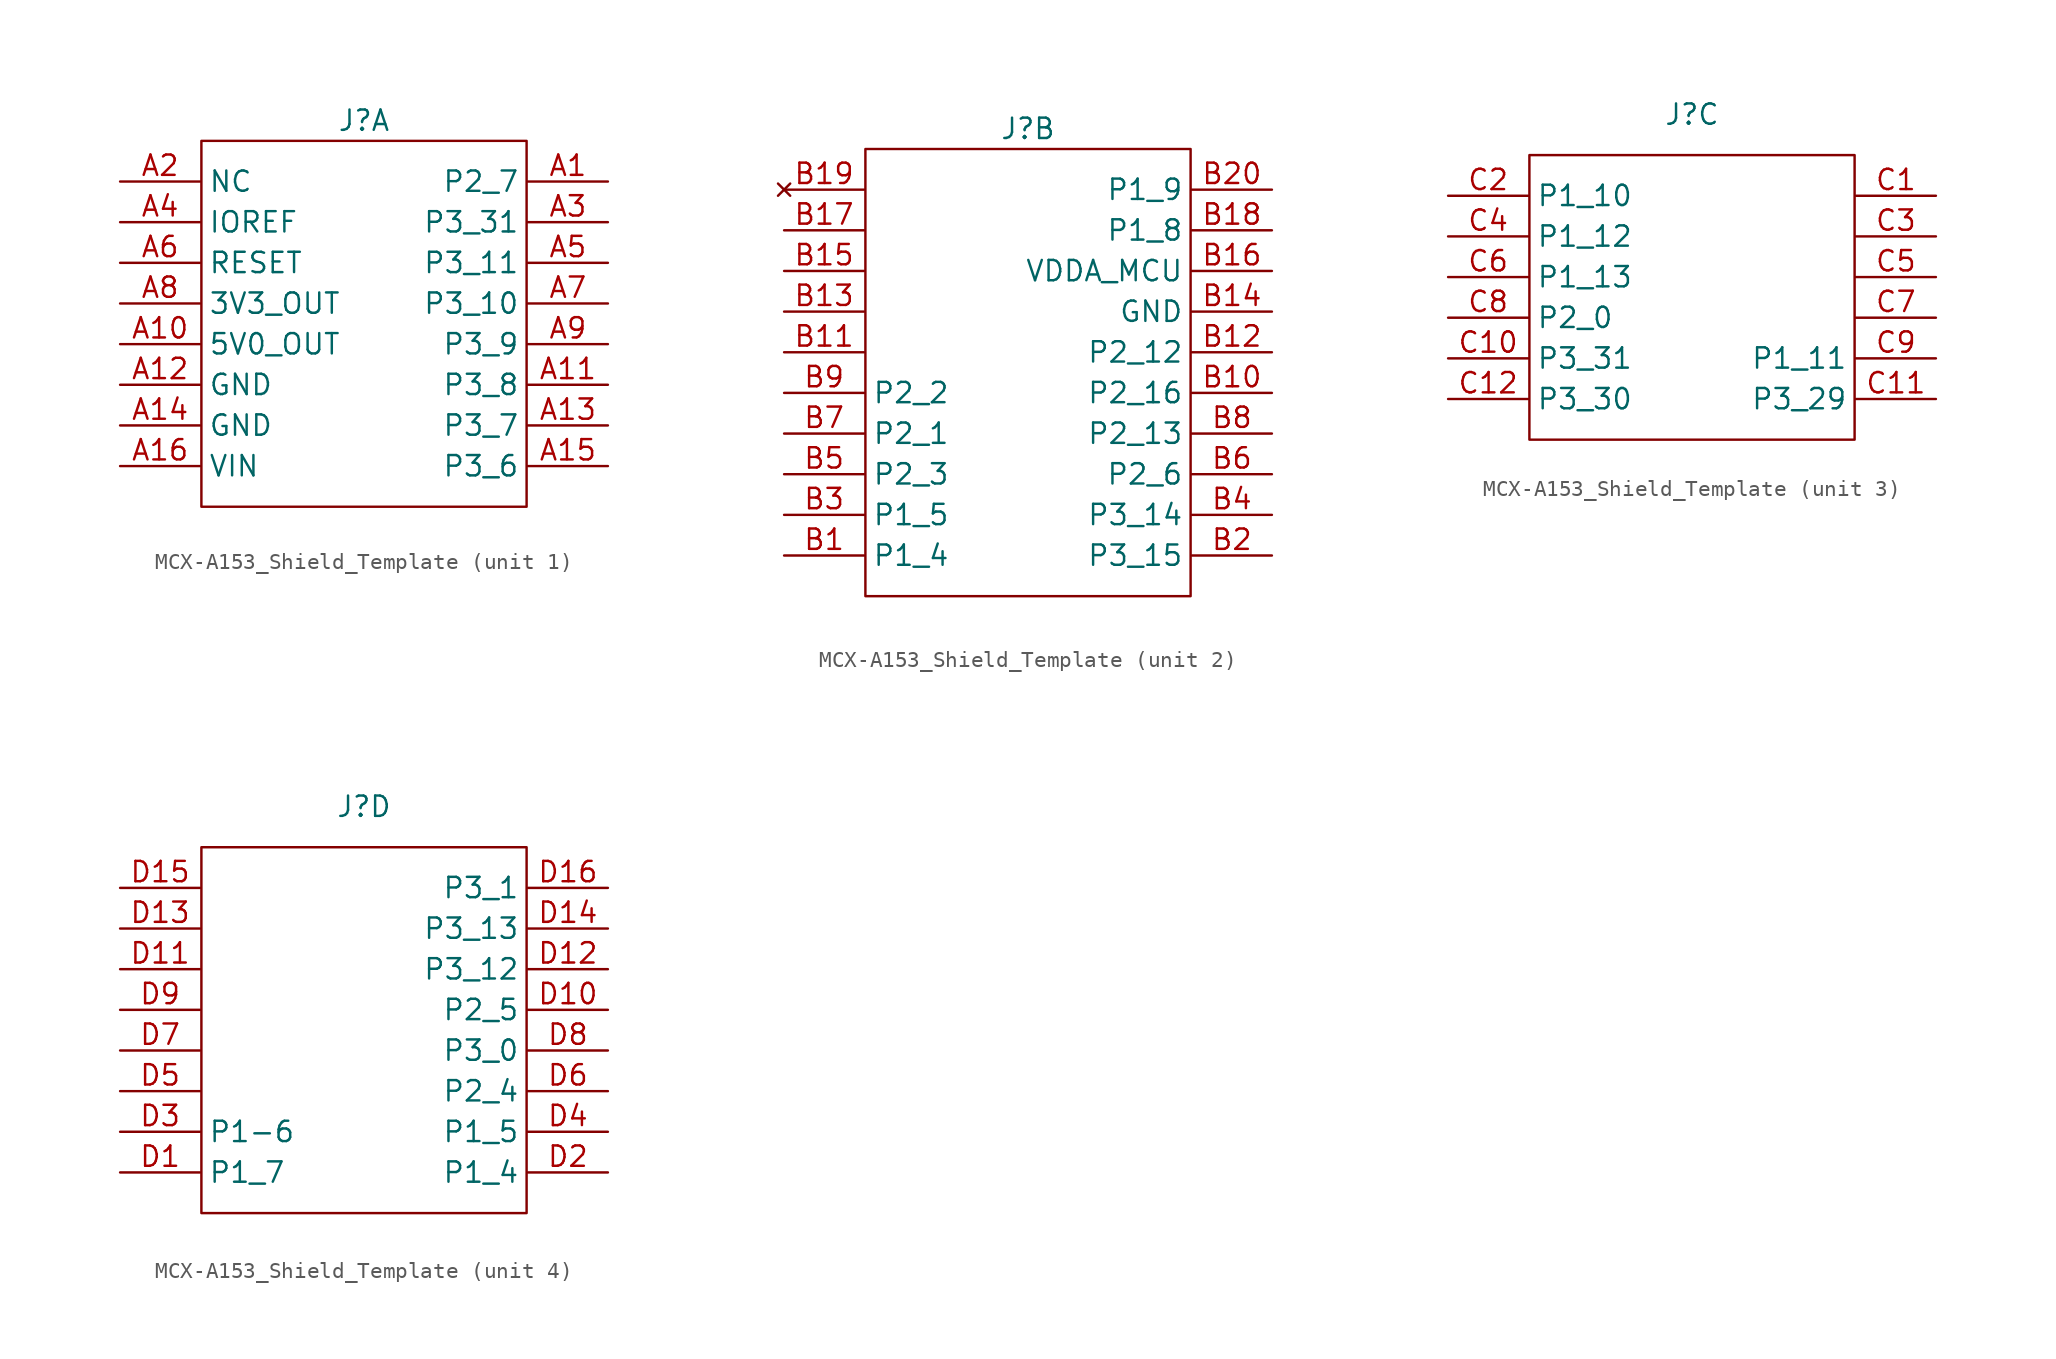
<source format=kicad_sym>
(kicad_symbol_lib
  (version 20220914)
  (generator kicad_symbol_editor)
  (symbol "MCX-A153_Shield_Template"
    (property "Reference" "J"
      (at 0 0 0)
      (effects (font (size 1.27 1.27))))
    (property "Value" ""
      (at 1.27 0 0)
      (effects (font (size 1.27 1.27))))
    (property "ki_locked" ""
      (at 0 0 0)
      (effects (font (size 1.27 1.27))))
    (symbol "MCX-A153_Shield_Template_1_1"
      (rectangle (start -10.16 -1.27) (end 10.16 -24.13) (stroke (width 0) (type default)) (fill (type none)))
      (pin bidirectional line (at 15.24 -3.81 180) (length 5) (name "P2_7" (effects (font (size 1.27 1.27)))) (number "A1" (effects (font (size 1.27 1.27)))))
      (pin power_out line (at -15.24 -13.97 0) (length 5) (name "5V0_OUT" (effects (font (size 1.27 1.27)))) (number "A10" (effects (font (size 1.27 1.27)))))
      (pin bidirectional line (at 15.24 -16.51 180) (length 5) (name "P3_8" (effects (font (size 1.27 1.27)))) (number "A11" (effects (font (size 1.27 1.27)))))
      (pin power_out line (at -15.24 -16.51 0) (length 5) (name "GND" (effects (font (size 1.27 1.27)))) (number "A12" (effects (font (size 1.27 1.27)))))
      (pin bidirectional line (at 15.24 -19.05 180) (length 5) (name "P3_7" (effects (font (size 1.27 1.27)))) (number "A13" (effects (font (size 1.27 1.27)))))
      (pin power_out line (at -15.24 -19.05 0) (length 5) (name "GND" (effects (font (size 1.27 1.27)))) (number "A14" (effects (font (size 1.27 1.27)))))
      (pin bidirectional line (at 15.24 -21.59 180) (length 5) (name "P3_6" (effects (font (size 1.27 1.27)))) (number "A15" (effects (font (size 1.27 1.27)))))
      (pin power_in line (at -15.24 -21.59 0) (length 5) (name "VIN" (effects (font (size 1.27 1.27)))) (number "A16" (effects (font (size 1.27 1.27)))))
      (pin bidirectional line (at -15.24 -3.81 0) (length 5) (name "NC" (effects (font (size 1.27 1.27)))) (number "A2" (effects (font (size 1.27 1.27)))))
      (pin bidirectional line (at 15.24 -6.35 180) (length 5) (name "P3_31" (effects (font (size 1.27 1.27)))) (number "A3" (effects (font (size 1.27 1.27)))))
      (pin power_in line (at -15.24 -6.35 0) (length 5) (name "IOREF" (effects (font (size 1.27 1.27)))) (number "A4" (effects (font (size 1.27 1.27)))))
      (pin bidirectional line (at 15.24 -8.89 180) (length 5) (name "P3_11" (effects (font (size 1.27 1.27)))) (number "A5" (effects (font (size 1.27 1.27)))))
      (pin input line (at -15.24 -8.89 0) (length 5) (name "RESET" (effects (font (size 1.27 1.27)))) (number "A6" (effects (font (size 1.27 1.27)))))
      (pin bidirectional line (at 15.24 -11.43 180) (length 5) (name "P3_10" (effects (font (size 1.27 1.27)))) (number "A7" (effects (font (size 1.27 1.27)))))
      (pin power_out line (at -15.24 -11.43 0) (length 5) (name "3V3_OUT" (effects (font (size 1.27 1.27)))) (number "A8" (effects (font (size 1.27 1.27)))))
      (pin bidirectional line (at 15.24 -13.97 180) (length 5) (name "P3_9" (effects (font (size 1.27 1.27)))) (number "A9" (effects (font (size 1.27 1.27))))))
    (symbol "MCX-A153_Shield_Template_2_1"
      (rectangle (start -10.16 -1.27) (end 10.16 -29.21) (stroke (width 0) (type default)) (fill (type none)))
      (pin bidirectional line (at -15.24 -26.67 0) (length 5) (name "P1_4" (effects (font (size 1.27 1.27)))) (number "B1" (effects (font (size 1.27 1.27)))))
      (pin bidirectional line (at 15.24 -16.51 180) (length 5) (name "P2_16" (effects (font (size 1.27 1.27)))) (number "B10" (effects (font (size 1.27 1.27)))))
      (pin bidirectional line (at -15.24 -13.97 0) (length 5) (name "" (effects (font (size 1.27 1.27)))) (number "B11" (effects (font (size 1.27 1.27)))))
      (pin bidirectional line (at 15.24 -13.97 180) (length 5) (name "P2_12" (effects (font (size 1.27 1.27)))) (number "B12" (effects (font (size 1.27 1.27)))))
      (pin bidirectional line (at -15.24 -11.43 0) (length 5) (name "" (effects (font (size 1.27 1.27)))) (number "B13" (effects (font (size 1.27 1.27)))))
      (pin power_out line (at 15.24 -11.43 180) (length 5) (name "GND" (effects (font (size 1.27 1.27)))) (number "B14" (effects (font (size 1.27 1.27)))))
      (pin bidirectional line (at -15.24 -8.89 0) (length 5) (name "" (effects (font (size 1.27 1.27)))) (number "B15" (effects (font (size 1.27 1.27)))))
      (pin power_out line (at 15.24 -8.89 180) (length 5) (name "VDDA_MCU" (effects (font (size 1.27 1.27)))) (number "B16" (effects (font (size 1.27 1.27)))))
      (pin bidirectional line (at -15.24 -6.35 0) (length 5) (name "" (effects (font (size 1.27 1.27)))) (number "B17" (effects (font (size 1.27 1.27)))))
      (pin bidirectional line (at 15.24 -6.35 180) (length 5) (name "P1_8" (effects (font (size 1.27 1.27)))) (number "B18" (effects (font (size 1.27 1.27)))))
      (pin no_connect line (at -15.24 -3.81 0) (length 5) (name "" (effects (font (size 1.27 1.27)))) (number "B19" (effects (font (size 1.27 1.27)))))
      (pin bidirectional line (at 15.24 -26.67 180) (length 5) (name "P3_15" (effects (font (size 1.27 1.27)))) (number "B2" (effects (font (size 1.27 1.27)))))
      (pin bidirectional line (at 15.24 -3.81 180) (length 5) (name "P1_9" (effects (font (size 1.27 1.27)))) (number "B20" (effects (font (size 1.27 1.27)))))
      (pin bidirectional line (at -15.24 -24.13 0) (length 5) (name "P1_5" (effects (font (size 1.27 1.27)))) (number "B3" (effects (font (size 1.27 1.27)))))
      (pin bidirectional line (at 15.24 -24.13 180) (length 5) (name "P3_14" (effects (font (size 1.27 1.27)))) (number "B4" (effects (font (size 1.27 1.27)))))
      (pin bidirectional line (at -15.24 -21.59 0) (length 5) (name "P2_3" (effects (font (size 1.27 1.27)))) (number "B5" (effects (font (size 1.27 1.27)))))
      (pin bidirectional line (at 15.24 -21.59 180) (length 5) (name "P2_6" (effects (font (size 1.27 1.27)))) (number "B6" (effects (font (size 1.27 1.27)))))
      (pin bidirectional line (at -15.24 -19.05 0) (length 5) (name "P2_1" (effects (font (size 1.27 1.27)))) (number "B7" (effects (font (size 1.27 1.27)))))
      (pin bidirectional line (at 15.24 -19.05 180) (length 5) (name "P2_13" (effects (font (size 1.27 1.27)))) (number "B8" (effects (font (size 1.27 1.27)))))
      (pin bidirectional line (at -15.24 -16.51 0) (length 5) (name "P2_2" (effects (font (size 1.27 1.27)))) (number "B9" (effects (font (size 1.27 1.27))))))
    (symbol "MCX-A153_Shield_Template_3_1"
      (rectangle (start -10.16 -2.54) (end 10.16 -20.32) (stroke (width 0) (type default)) (fill (type none)))
      (pin bidirectional line (at 15.24 -5.08 180) (length 5) (name "" (effects (font (size 1.27 1.27)))) (number "C1" (effects (font (size 1.27 1.27)))))
      (pin bidirectional line (at -15.24 -15.24 0) (length 5) (name "P3_31" (effects (font (size 1.27 1.27)))) (number "C10" (effects (font (size 1.27 1.27)))))
      (pin bidirectional line (at 15.24 -17.78 180) (length 5) (name "P3_29" (effects (font (size 1.27 1.27)))) (number "C11" (effects (font (size 1.27 1.27)))))
      (pin bidirectional line (at -15.24 -17.78 0) (length 5) (name "P3_30" (effects (font (size 1.27 1.27)))) (number "C12" (effects (font (size 1.27 1.27)))))
      (pin bidirectional line (at -15.24 -5.08 0) (length 5) (name "P1_10" (effects (font (size 1.27 1.27)))) (number "C2" (effects (font (size 1.27 1.27)))))
      (pin bidirectional line (at 15.24 -7.62 180) (length 5) (name "" (effects (font (size 1.27 1.27)))) (number "C3" (effects (font (size 1.27 1.27)))))
      (pin bidirectional line (at -15.24 -7.62 0) (length 5) (name "P1_12" (effects (font (size 1.27 1.27)))) (number "C4" (effects (font (size 1.27 1.27)))))
      (pin bidirectional line (at 15.24 -10.16 180) (length 5) (name "" (effects (font (size 1.27 1.27)))) (number "C5" (effects (font (size 1.27 1.27)))))
      (pin bidirectional line (at -15.24 -10.16 0) (length 5) (name "P1_13" (effects (font (size 1.27 1.27)))) (number "C6" (effects (font (size 1.27 1.27)))))
      (pin bidirectional line (at 15.24 -12.7 180) (length 5) (name "" (effects (font (size 1.27 1.27)))) (number "C7" (effects (font (size 1.27 1.27)))))
      (pin bidirectional line (at -15.24 -12.7 0) (length 5) (name "P2_0" (effects (font (size 1.27 1.27)))) (number "C8" (effects (font (size 1.27 1.27)))))
      (pin bidirectional line (at 15.24 -15.24 180) (length 5) (name "P1_11" (effects (font (size 1.27 1.27)))) (number "C9" (effects (font (size 1.27 1.27))))))
    (symbol "MCX-A153_Shield_Template_4_1"
      (rectangle (start -10.16 -2.54) (end 10.16 -25.4) (stroke (width 0) (type default)) (fill (type none)))
      (pin bidirectional line (at -15.24 -22.86 0) (length 5) (name "P1_7" (effects (font (size 1.27 1.27)))) (number "D1" (effects (font (size 1.27 1.27)))))
      (pin bidirectional line (at 15.24 -12.7 180) (length 5) (name "P2_5" (effects (font (size 1.27 1.27)))) (number "D10" (effects (font (size 1.27 1.27)))))
      (pin bidirectional line (at -15.24 -10.16 0) (length 5) (name "" (effects (font (size 1.27 1.27)))) (number "D11" (effects (font (size 1.27 1.27)))))
      (pin bidirectional line (at 15.24 -10.16 180) (length 5) (name "P3_12" (effects (font (size 1.27 1.27)))) (number "D12" (effects (font (size 1.27 1.27)))))
      (pin bidirectional line (at -15.24 -7.62 0) (length 5) (name "" (effects (font (size 1.27 1.27)))) (number "D13" (effects (font (size 1.27 1.27)))))
      (pin bidirectional line (at 15.24 -7.62 180) (length 5) (name "P3_13" (effects (font (size 1.27 1.27)))) (number "D14" (effects (font (size 1.27 1.27)))))
      (pin bidirectional line (at -15.24 -5.08 0) (length 5) (name "" (effects (font (size 1.27 1.27)))) (number "D15" (effects (font (size 1.27 1.27)))))
      (pin bidirectional line (at 15.24 -5.08 180) (length 5) (name "P3_1" (effects (font (size 1.27 1.27)))) (number "D16" (effects (font (size 1.27 1.27)))))
      (pin input line (at 15.24 -22.86 180) (length 5) (name "P1_4" (effects (font (size 1.27 1.27)))) (number "D2" (effects (font (size 1.27 1.27)))))
      (pin bidirectional line (at -15.24 -20.32 0) (length 5) (name "P1-6" (effects (font (size 1.27 1.27)))) (number "D3" (effects (font (size 1.27 1.27)))))
      (pin output line (at 15.24 -20.32 180) (length 5) (name "P1_5" (effects (font (size 1.27 1.27)))) (number "D4" (effects (font (size 1.27 1.27)))))
      (pin bidirectional line (at -15.24 -17.78 0) (length 5) (name "" (effects (font (size 1.27 1.27)))) (number "D5" (effects (font (size 1.27 1.27)))))
      (pin bidirectional line (at 15.24 -17.78 180) (length 5) (name "P2_4" (effects (font (size 1.27 1.27)))) (number "D6" (effects (font (size 1.27 1.27)))))
      (pin bidirectional line (at -15.24 -15.24 0) (length 5) (name "" (effects (font (size 1.27 1.27)))) (number "D7" (effects (font (size 1.27 1.27)))))
      (pin bidirectional line (at 15.24 -15.24 180) (length 5) (name "P3_0" (effects (font (size 1.27 1.27)))) (number "D8" (effects (font (size 1.27 1.27)))))
      (pin bidirectional line (at -15.24 -12.7 0) (length 5) (name "" (effects (font (size 1.27 1.27)))) (number "D9" (effects (font (size 1.27 1.27))))))))
</source>
